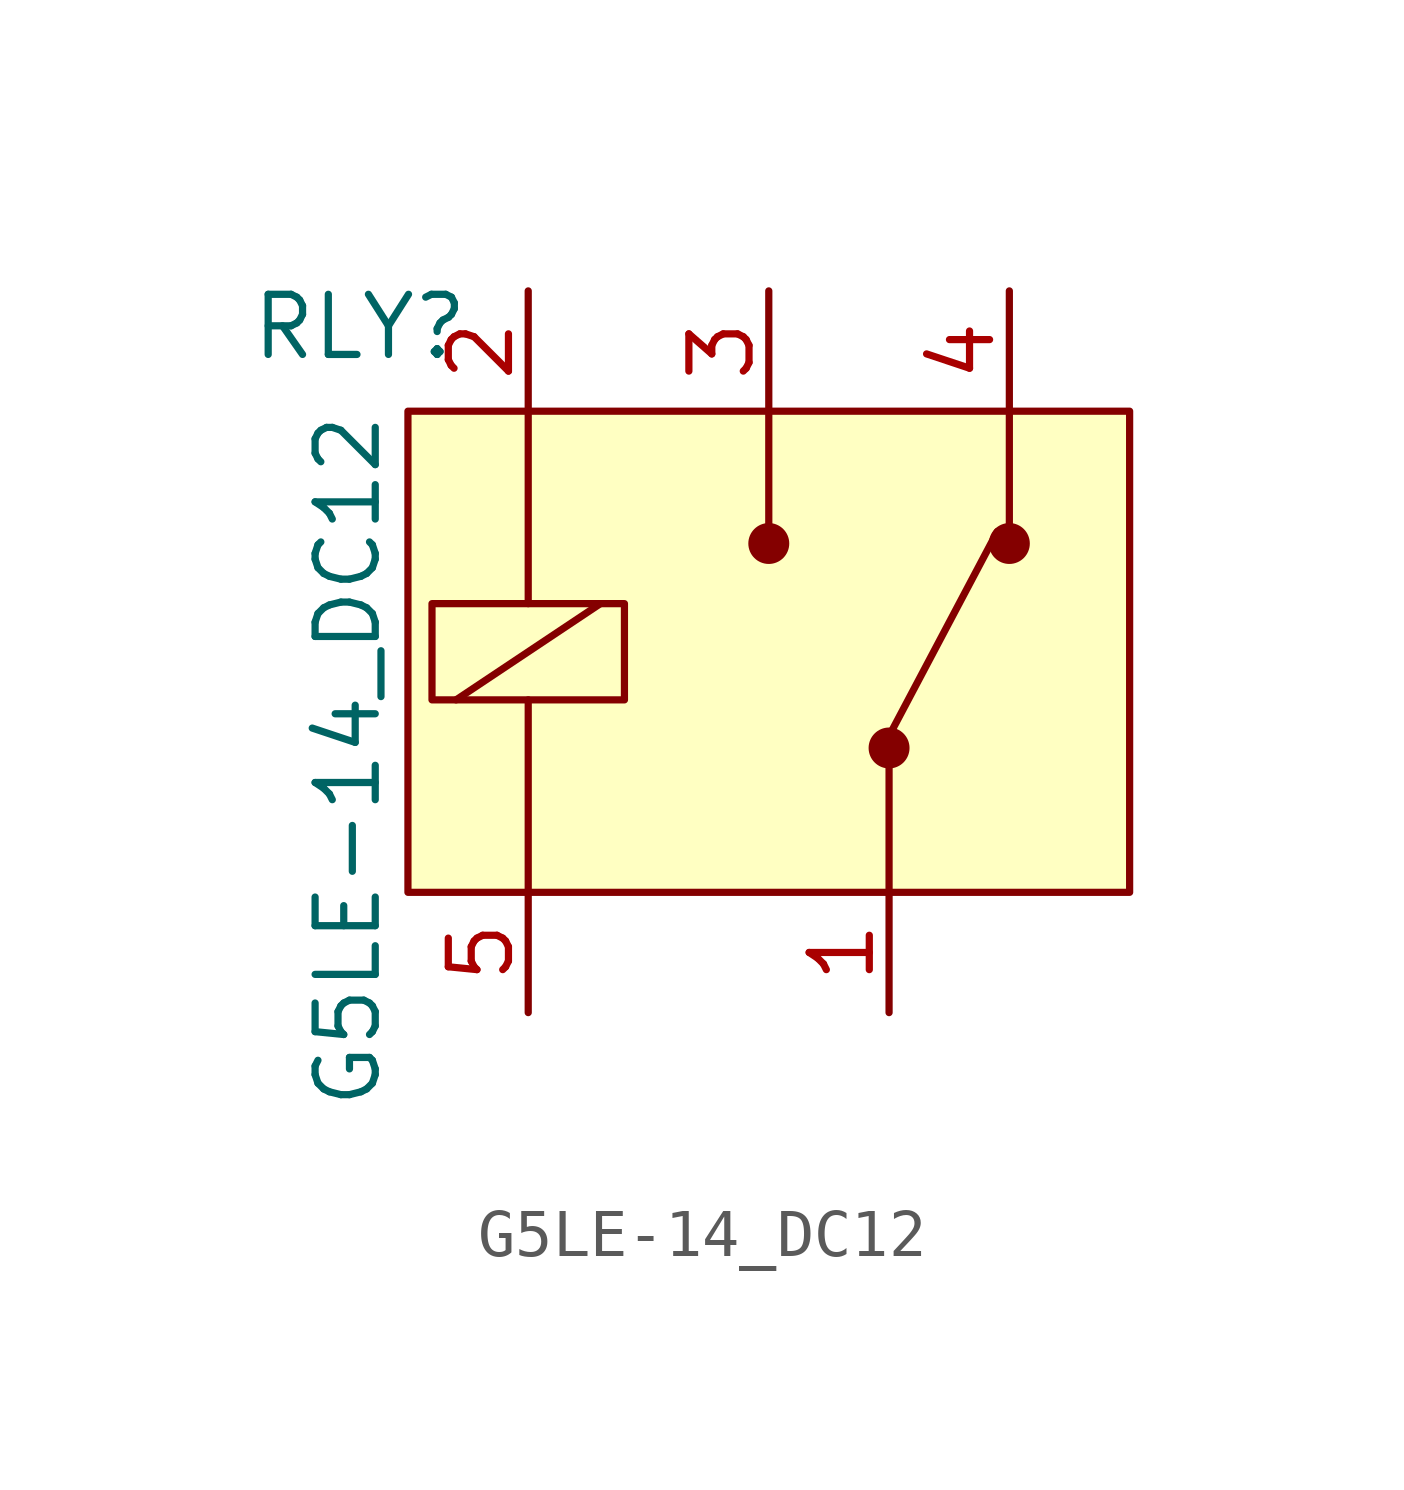
<source format=kicad_sym>
(kicad_symbol_lib
  (version 20231120)
  (generator "kicad_symbol_editor")
  (generator_version "8.0")
  (symbol "G5LE-14_DC12"
    (pin_names
      (offset 0) hide)
    (property "Reference" "RLY"
      (at -8.636 6.858 0)
      (effects (font (size 1.27 1.27))))
    (property "Value" "G5LE-14_DC12"
      (at -8.89 5.08 90)
      (effects (font (size 1.27 1.27)) (justify right)))
    (symbol "G5LE-14_DC12_0_1"
      (rectangle (start -7.62 5.08) (end 7.62 -5.08) (stroke (width 0) (type default)) (fill (type background)))
      (rectangle (start -7.112 1.016) (end -3.048 -1.016) (stroke (width 0) (type default)) (fill (type none)))
      (polyline (pts (xy -6.604 -1.016) (xy -3.556 1.016)) (stroke (width 0) (type default)) (fill (type none)))
      (polyline (pts (xy -5.08 -5.08) (xy -5.08 -1.016)) (stroke (width 0) (type default)) (fill (type none)))
      (polyline (pts (xy -5.08 5.08) (xy -5.08 1.016)) (stroke (width 0) (type default)) (fill (type none)))
      (polyline (pts (xy 0 5.08) (xy 0 2.54)) (stroke (width 0) (type default)) (fill (type none)))
      (polyline (pts (xy 2.54 -5.08) (xy 2.54 -2.286)) (stroke (width 0) (type default)) (fill (type none)))
      (polyline (pts (xy 2.54 -1.778) (xy 4.826 2.54)) (stroke (width 0) (type default)) (fill (type none)))
      (polyline (pts (xy 5.08 5.08) (xy 5.08 2.54)) (stroke (width 0) (type default)) (fill (type none)))
      (circle (center 0 2.286) (radius 0.356) (stroke (width 0) (type default)) (fill (type outline)))
      (circle (center 2.54 -2.032) (radius 0.356) (stroke (width 0) (type default)) (fill (type outline)))
      (circle (center 5.08 2.286) (radius 0.356) (stroke (width 0) (type default)) (fill (type outline))))
    (symbol "G5LE-14_DC12_1_1"
      (pin passive line (at 2.54 -7.62 90) (length 2.54) (name "COM" (effects (font (size 1.27 1.27)))) (number "1" (effects (font (size 1.27 1.27)))))
      (pin passive line (at -5.08 7.62 270) (length 2.54) (name "COIL" (effects (font (size 1.27 1.27)))) (number "2" (effects (font (size 1.27 1.27)))))
      (pin passive line (at 0 7.62 270) (length 2.54) (name "NO" (effects (font (size 1.27 1.27)))) (number "3" (effects (font (size 1.27 1.27)))))
      (pin passive line (at 5.08 7.62 270) (length 2.54) (name "NC" (effects (font (size 1.27 1.27)))) (number "4" (effects (font (size 1.27 1.27)))))
      (pin passive line (at -5.08 -7.62 90) (length 2.54) (name "COIL" (effects (font (size 1.27 1.27)))) (number "5" (effects (font (size 1.27 1.27))))))))
</source>
